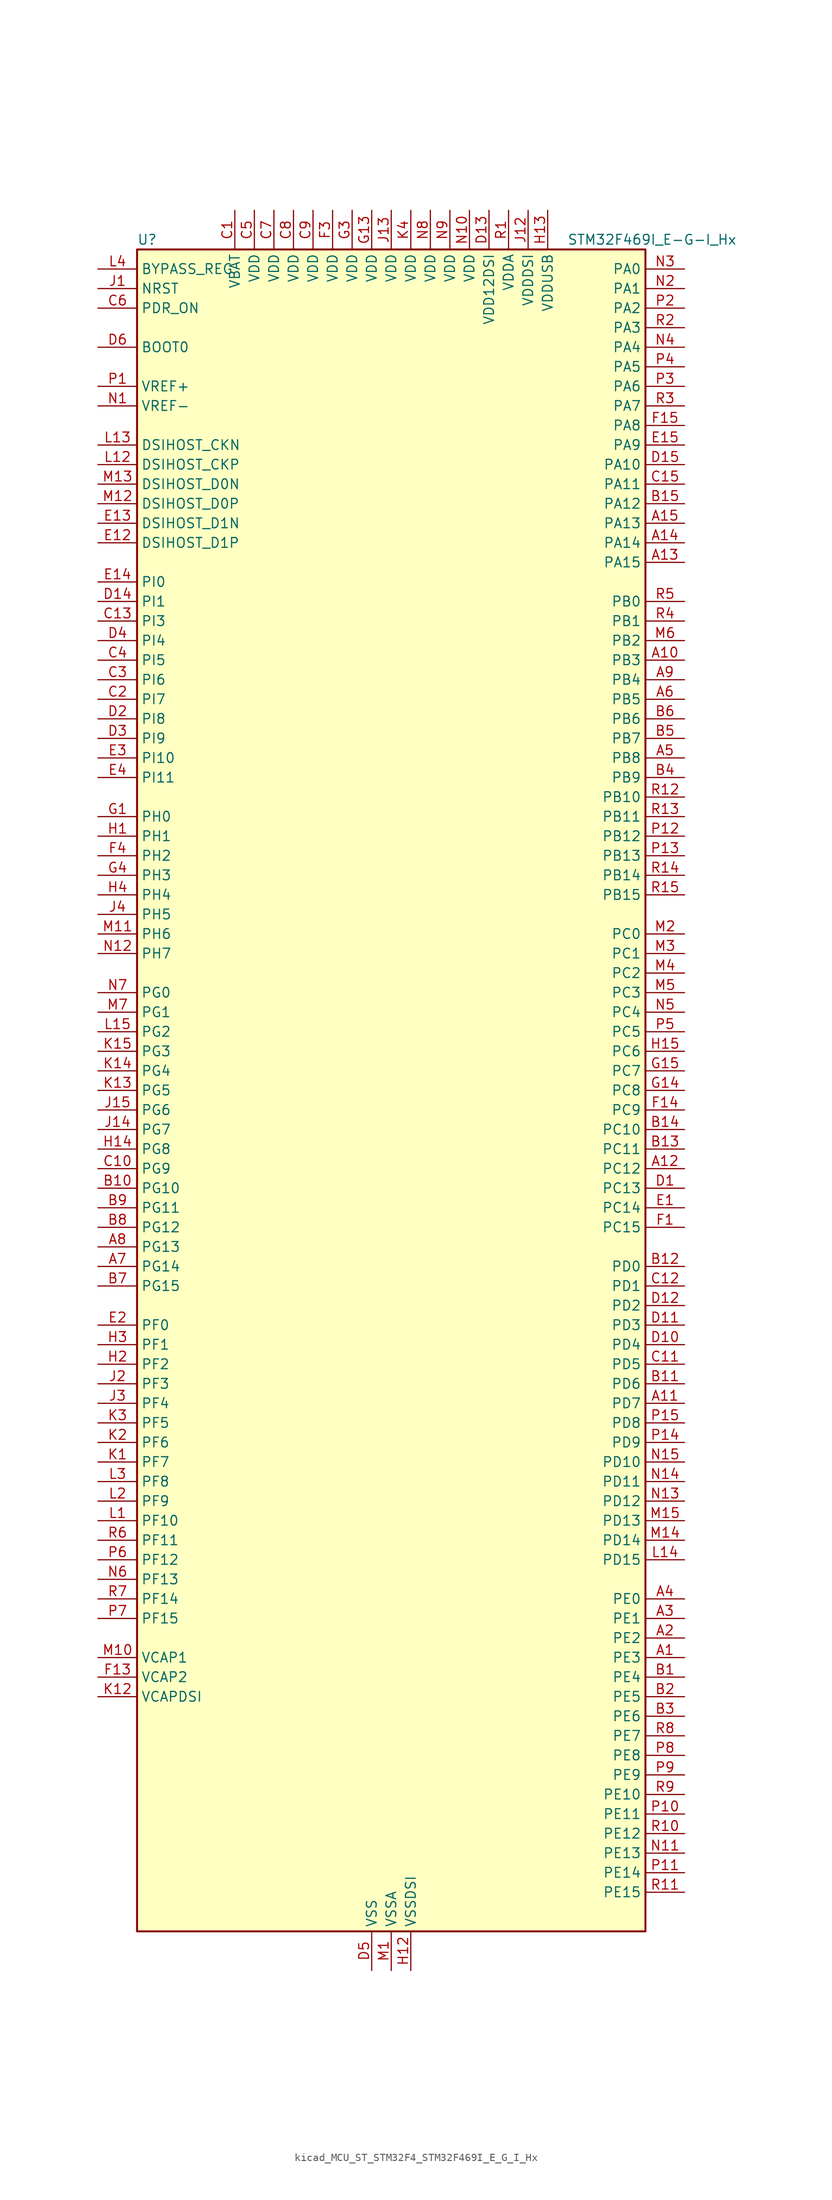
<source format=kicad_sym>
(kicad_symbol_lib
  (version 20220914)
  (generator kicad_symbol_editor)
  (symbol "kicad_MCU_ST_STM32F4_STM32F469I_E_G_I_Hx"
    (property "Reference" "U"
      (at -33.02 110.49 0)
      (effects (font (size 1.27 1.27)) (justify left)))
    (property "Value" "STM32F469I_E-G-I_Hx"
      (at 22.86 110.49 0)
      (effects (font (size 1.27 1.27)) (justify left)))
    (property "ki_locked" ""
      (at 0 0 0)
      (effects (font (size 1.27 1.27))))
    (symbol "kicad_MCU_ST_STM32F4_STM32F469I_E_G_I_Hx_0_1"
      (rectangle (start -33.02 -109.22) (end 33.02 109.22) (stroke (width 0.254) (type default)) (fill (type background))))
    (symbol "kicad_MCU_ST_STM32F4_STM32F469I_E_G_I_Hx_1_1"
      (pin bidirectional line (at 38.1 -73.66 180) (length 5.08) (name "PE3" (effects (font (size 1.27 1.27)))) (number "A1" (effects (font (size 1.27 1.27)))) (alternate "FMC_A19" bidirectional line) (alternate "SAI1_SD_B" bidirectional line) (alternate "SYS_TRACED0" bidirectional line))
      (pin bidirectional line (at 38.1 55.88 180) (length 5.08) (name "PB3" (effects (font (size 1.27 1.27)))) (number "A10" (effects (font (size 1.27 1.27)))) (alternate "I2S3_CK" bidirectional line) (alternate "SPI1_SCK" bidirectional line) (alternate "SPI3_SCK" bidirectional line) (alternate "SYS_JTDO-SWO" bidirectional line) (alternate "TIM2_CH2" bidirectional line))
      (pin bidirectional line (at 38.1 -40.64 180) (length 5.08) (name "PD7" (effects (font (size 1.27 1.27)))) (number "A11" (effects (font (size 1.27 1.27)))) (alternate "FMC_NE1" bidirectional line) (alternate "USART2_CK" bidirectional line))
      (pin bidirectional line (at 38.1 -10.16 180) (length 5.08) (name "PC12" (effects (font (size 1.27 1.27)))) (number "A12" (effects (font (size 1.27 1.27)))) (alternate "DCMI_D9" bidirectional line) (alternate "I2S3_SD" bidirectional line) (alternate "SDIO_CK" bidirectional line) (alternate "SPI3_MOSI" bidirectional line) (alternate "SYS_TRACED3" bidirectional line) (alternate "UART5_TX" bidirectional line) (alternate "USART3_CK" bidirectional line))
      (pin bidirectional line (at 38.1 68.58 180) (length 5.08) (name "PA15" (effects (font (size 1.27 1.27)))) (number "A13" (effects (font (size 1.27 1.27)))) (alternate "ADC1_EXTI15" bidirectional line) (alternate "ADC2_EXTI15" bidirectional line) (alternate "ADC3_EXTI15" bidirectional line) (alternate "I2S3_WS" bidirectional line) (alternate "SPI1_NSS" bidirectional line) (alternate "SPI3_NSS" bidirectional line) (alternate "SYS_JTDI" bidirectional line) (alternate "TIM2_CH1" bidirectional line) (alternate "TIM2_ETR" bidirectional line))
      (pin bidirectional line (at 38.1 71.12 180) (length 5.08) (name "PA14" (effects (font (size 1.27 1.27)))) (number "A14" (effects (font (size 1.27 1.27)))) (alternate "SYS_JTCK-SWCLK" bidirectional line))
      (pin bidirectional line (at 38.1 73.66 180) (length 5.08) (name "PA13" (effects (font (size 1.27 1.27)))) (number "A15" (effects (font (size 1.27 1.27)))) (alternate "SYS_JTMS-SWDIO" bidirectional line))
      (pin bidirectional line (at 38.1 -71.12 180) (length 5.08) (name "PE2" (effects (font (size 1.27 1.27)))) (number "A2" (effects (font (size 1.27 1.27)))) (alternate "ETH_TXD3" bidirectional line) (alternate "FMC_A23" bidirectional line) (alternate "QUADSPI_BK1_IO2" bidirectional line) (alternate "SAI1_MCLK_A" bidirectional line) (alternate "SPI4_SCK" bidirectional line) (alternate "SYS_TRACECLK" bidirectional line))
      (pin bidirectional line (at 38.1 -68.58 180) (length 5.08) (name "PE1" (effects (font (size 1.27 1.27)))) (number "A3" (effects (font (size 1.27 1.27)))) (alternate "DCMI_D3" bidirectional line) (alternate "FMC_NBL1" bidirectional line) (alternate "UART8_TX" bidirectional line))
      (pin bidirectional line (at 38.1 -66.04 180) (length 5.08) (name "PE0" (effects (font (size 1.27 1.27)))) (number "A4" (effects (font (size 1.27 1.27)))) (alternate "DCMI_D2" bidirectional line) (alternate "FMC_NBL0" bidirectional line) (alternate "TIM4_ETR" bidirectional line) (alternate "UART8_RX" bidirectional line))
      (pin bidirectional line (at 38.1 43.18 180) (length 5.08) (name "PB8" (effects (font (size 1.27 1.27)))) (number "A5" (effects (font (size 1.27 1.27)))) (alternate "CAN1_RX" bidirectional line) (alternate "DCMI_D6" bidirectional line) (alternate "ETH_TXD3" bidirectional line) (alternate "I2C1_SCL" bidirectional line) (alternate "LTDC_B6" bidirectional line) (alternate "SDIO_D4" bidirectional line) (alternate "TIM10_CH1" bidirectional line) (alternate "TIM4_CH3" bidirectional line))
      (pin bidirectional line (at 38.1 50.8 180) (length 5.08) (name "PB5" (effects (font (size 1.27 1.27)))) (number "A6" (effects (font (size 1.27 1.27)))) (alternate "CAN2_RX" bidirectional line) (alternate "DCMI_D10" bidirectional line) (alternate "ETH_PPS_OUT" bidirectional line) (alternate "FMC_SDCKE1" bidirectional line) (alternate "I2C1_SMBA" bidirectional line) (alternate "I2S3_SD" bidirectional line) (alternate "LTDC_G7" bidirectional line) (alternate "SPI1_MOSI" bidirectional line) (alternate "SPI3_MOSI" bidirectional line) (alternate "TIM3_CH2" bidirectional line) (alternate "USB_OTG_HS_ULPI_D7" bidirectional line))
      (pin bidirectional line (at -38.1 -22.86 0) (length 5.08) (name "PG14" (effects (font (size 1.27 1.27)))) (number "A7" (effects (font (size 1.27 1.27)))) (alternate "ETH_TXD1" bidirectional line) (alternate "FMC_A25" bidirectional line) (alternate "LTDC_B0" bidirectional line) (alternate "QUADSPI_BK2_IO3" bidirectional line) (alternate "SPI6_MOSI" bidirectional line) (alternate "SYS_TRACED1" bidirectional line) (alternate "USART6_TX" bidirectional line))
      (pin bidirectional line (at -38.1 -20.32 0) (length 5.08) (name "PG13" (effects (font (size 1.27 1.27)))) (number "A8" (effects (font (size 1.27 1.27)))) (alternate "ETH_TXD0" bidirectional line) (alternate "FMC_A24" bidirectional line) (alternate "LTDC_R0" bidirectional line) (alternate "SPI6_SCK" bidirectional line) (alternate "SYS_TRACED0" bidirectional line) (alternate "USART6_CTS" bidirectional line))
      (pin bidirectional line (at 38.1 53.34 180) (length 5.08) (name "PB4" (effects (font (size 1.27 1.27)))) (number "A9" (effects (font (size 1.27 1.27)))) (alternate "I2S3_ext_SD" bidirectional line) (alternate "SPI1_MISO" bidirectional line) (alternate "SPI3_MISO" bidirectional line) (alternate "SYS_JTRST" bidirectional line) (alternate "TIM3_CH1" bidirectional line))
      (pin bidirectional line (at 38.1 -76.2 180) (length 5.08) (name "PE4" (effects (font (size 1.27 1.27)))) (number "B1" (effects (font (size 1.27 1.27)))) (alternate "DCMI_D4" bidirectional line) (alternate "FMC_A20" bidirectional line) (alternate "LTDC_B0" bidirectional line) (alternate "SAI1_FS_A" bidirectional line) (alternate "SPI4_NSS" bidirectional line) (alternate "SYS_TRACED1" bidirectional line))
      (pin bidirectional line (at -38.1 -12.7 0) (length 5.08) (name "PG10" (effects (font (size 1.27 1.27)))) (number "B10" (effects (font (size 1.27 1.27)))) (alternate "DCMI_D2" bidirectional line) (alternate "FMC_NE3" bidirectional line) (alternate "LTDC_B2" bidirectional line) (alternate "LTDC_G3" bidirectional line))
      (pin bidirectional line (at 38.1 -38.1 180) (length 5.08) (name "PD6" (effects (font (size 1.27 1.27)))) (number "B11" (effects (font (size 1.27 1.27)))) (alternate "DCMI_D10" bidirectional line) (alternate "FMC_NWAIT" bidirectional line) (alternate "I2S3_SD" bidirectional line) (alternate "LTDC_B2" bidirectional line) (alternate "SAI1_SD_A" bidirectional line) (alternate "SPI3_MOSI" bidirectional line) (alternate "USART2_RX" bidirectional line))
      (pin bidirectional line (at 38.1 -22.86 180) (length 5.08) (name "PD0" (effects (font (size 1.27 1.27)))) (number "B12" (effects (font (size 1.27 1.27)))) (alternate "CAN1_RX" bidirectional line) (alternate "FMC_D2" bidirectional line) (alternate "FMC_DA2" bidirectional line))
      (pin bidirectional line (at 38.1 -7.62 180) (length 5.08) (name "PC11" (effects (font (size 1.27 1.27)))) (number "B13" (effects (font (size 1.27 1.27)))) (alternate "ADC1_EXTI11" bidirectional line) (alternate "ADC2_EXTI11" bidirectional line) (alternate "ADC3_EXTI11" bidirectional line) (alternate "DCMI_D4" bidirectional line) (alternate "I2S3_ext_SD" bidirectional line) (alternate "QUADSPI_BK2_NCS" bidirectional line) (alternate "SDIO_D3" bidirectional line) (alternate "SPI3_MISO" bidirectional line) (alternate "UART4_RX" bidirectional line) (alternate "USART3_RX" bidirectional line))
      (pin bidirectional line (at 38.1 -5.08 180) (length 5.08) (name "PC10" (effects (font (size 1.27 1.27)))) (number "B14" (effects (font (size 1.27 1.27)))) (alternate "DCMI_D8" bidirectional line) (alternate "I2S3_CK" bidirectional line) (alternate "LTDC_R2" bidirectional line) (alternate "QUADSPI_BK1_IO1" bidirectional line) (alternate "SDIO_D2" bidirectional line) (alternate "SPI3_SCK" bidirectional line) (alternate "UART4_TX" bidirectional line) (alternate "USART3_TX" bidirectional line))
      (pin bidirectional line (at 38.1 76.2 180) (length 5.08) (name "PA12" (effects (font (size 1.27 1.27)))) (number "B15" (effects (font (size 1.27 1.27)))) (alternate "CAN1_TX" bidirectional line) (alternate "LTDC_R5" bidirectional line) (alternate "TIM1_ETR" bidirectional line) (alternate "USART1_RTS" bidirectional line) (alternate "USB_OTG_FS_DP" bidirectional line))
      (pin bidirectional line (at 38.1 -78.74 180) (length 5.08) (name "PE5" (effects (font (size 1.27 1.27)))) (number "B2" (effects (font (size 1.27 1.27)))) (alternate "DCMI_D6" bidirectional line) (alternate "FMC_A21" bidirectional line) (alternate "LTDC_G0" bidirectional line) (alternate "SAI1_SCK_A" bidirectional line) (alternate "SPI4_MISO" bidirectional line) (alternate "SYS_TRACED2" bidirectional line) (alternate "TIM9_CH1" bidirectional line))
      (pin bidirectional line (at 38.1 -81.28 180) (length 5.08) (name "PE6" (effects (font (size 1.27 1.27)))) (number "B3" (effects (font (size 1.27 1.27)))) (alternate "DCMI_D7" bidirectional line) (alternate "FMC_A22" bidirectional line) (alternate "LTDC_G1" bidirectional line) (alternate "SAI1_SD_A" bidirectional line) (alternate "SPI4_MOSI" bidirectional line) (alternate "SYS_TRACED3" bidirectional line) (alternate "TIM9_CH2" bidirectional line))
      (pin bidirectional line (at 38.1 40.64 180) (length 5.08) (name "PB9" (effects (font (size 1.27 1.27)))) (number "B4" (effects (font (size 1.27 1.27)))) (alternate "CAN1_TX" bidirectional line) (alternate "DAC_EXTI9" bidirectional line) (alternate "DCMI_D7" bidirectional line) (alternate "I2C1_SDA" bidirectional line) (alternate "I2S2_WS" bidirectional line) (alternate "LTDC_B7" bidirectional line) (alternate "SDIO_D5" bidirectional line) (alternate "SPI2_NSS" bidirectional line) (alternate "TIM11_CH1" bidirectional line) (alternate "TIM4_CH4" bidirectional line))
      (pin bidirectional line (at 38.1 45.72 180) (length 5.08) (name "PB7" (effects (font (size 1.27 1.27)))) (number "B5" (effects (font (size 1.27 1.27)))) (alternate "DCMI_VSYNC" bidirectional line) (alternate "FMC_NL" bidirectional line) (alternate "I2C1_SDA" bidirectional line) (alternate "TIM4_CH2" bidirectional line) (alternate "USART1_RX" bidirectional line))
      (pin bidirectional line (at 38.1 48.26 180) (length 5.08) (name "PB6" (effects (font (size 1.27 1.27)))) (number "B6" (effects (font (size 1.27 1.27)))) (alternate "CAN2_TX" bidirectional line) (alternate "DCMI_D5" bidirectional line) (alternate "FMC_SDNE1" bidirectional line) (alternate "I2C1_SCL" bidirectional line) (alternate "QUADSPI_BK1_NCS" bidirectional line) (alternate "TIM4_CH1" bidirectional line) (alternate "USART1_TX" bidirectional line))
      (pin bidirectional line (at -38.1 -25.4 0) (length 5.08) (name "PG15" (effects (font (size 1.27 1.27)))) (number "B7" (effects (font (size 1.27 1.27)))) (alternate "ADC1_EXTI15" bidirectional line) (alternate "ADC2_EXTI15" bidirectional line) (alternate "ADC3_EXTI15" bidirectional line) (alternate "DCMI_D13" bidirectional line) (alternate "FMC_SDNCAS" bidirectional line) (alternate "USART6_CTS" bidirectional line))
      (pin bidirectional line (at -38.1 -17.78 0) (length 5.08) (name "PG12" (effects (font (size 1.27 1.27)))) (number "B8" (effects (font (size 1.27 1.27)))) (alternate "FMC_NE4" bidirectional line) (alternate "LTDC_B1" bidirectional line) (alternate "LTDC_B4" bidirectional line) (alternate "SPI6_MISO" bidirectional line) (alternate "USART6_RTS" bidirectional line))
      (pin bidirectional line (at -38.1 -15.24 0) (length 5.08) (name "PG11" (effects (font (size 1.27 1.27)))) (number "B9" (effects (font (size 1.27 1.27)))) (alternate "ADC1_EXTI11" bidirectional line) (alternate "ADC2_EXTI11" bidirectional line) (alternate "ADC3_EXTI11" bidirectional line) (alternate "DCMI_D3" bidirectional line) (alternate "ETH_TX_EN" bidirectional line) (alternate "LTDC_B3" bidirectional line))
      (pin power_in line (at -20.32 114.3 270) (length 5.08) (name "VBAT" (effects (font (size 1.27 1.27)))) (number "C1" (effects (font (size 1.27 1.27)))))
      (pin bidirectional line (at -38.1 -10.16 0) (length 5.08) (name "PG9" (effects (font (size 1.27 1.27)))) (number "C10" (effects (font (size 1.27 1.27)))) (alternate "DAC_EXTI9" bidirectional line) (alternate "DCMI_VSYNC" bidirectional line) (alternate "FMC_NCE" bidirectional line) (alternate "FMC_NE2" bidirectional line) (alternate "QUADSPI_BK2_IO2" bidirectional line) (alternate "USART6_RX" bidirectional line))
      (pin bidirectional line (at 38.1 -35.56 180) (length 5.08) (name "PD5" (effects (font (size 1.27 1.27)))) (number "C11" (effects (font (size 1.27 1.27)))) (alternate "FMC_NWE" bidirectional line) (alternate "USART2_TX" bidirectional line))
      (pin bidirectional line (at 38.1 -25.4 180) (length 5.08) (name "PD1" (effects (font (size 1.27 1.27)))) (number "C12" (effects (font (size 1.27 1.27)))) (alternate "CAN1_TX" bidirectional line) (alternate "FMC_D3" bidirectional line) (alternate "FMC_DA3" bidirectional line))
      (pin bidirectional line (at -38.1 60.96 0) (length 5.08) (name "PI3" (effects (font (size 1.27 1.27)))) (number "C13" (effects (font (size 1.27 1.27)))) (alternate "DCMI_D10" bidirectional line) (alternate "FMC_D27" bidirectional line) (alternate "I2S2_SD" bidirectional line) (alternate "SPI2_MOSI" bidirectional line) (alternate "TIM8_ETR" bidirectional line))
      (pin no_connect line (at -33.02 -109.22 0) (length 5.08) hide (name "NC" (effects (font (size 1.27 1.27)))) (number "C14" (effects (font (size 1.27 1.27)))))
      (pin bidirectional line (at 38.1 78.74 180) (length 5.08) (name "PA11" (effects (font (size 1.27 1.27)))) (number "C15" (effects (font (size 1.27 1.27)))) (alternate "ADC1_EXTI11" bidirectional line) (alternate "ADC2_EXTI11" bidirectional line) (alternate "ADC3_EXTI11" bidirectional line) (alternate "CAN1_RX" bidirectional line) (alternate "LTDC_R4" bidirectional line) (alternate "TIM1_CH4" bidirectional line) (alternate "USART1_CTS" bidirectional line) (alternate "USB_OTG_FS_DM" bidirectional line))
      (pin bidirectional line (at -38.1 50.8 0) (length 5.08) (name "PI7" (effects (font (size 1.27 1.27)))) (number "C2" (effects (font (size 1.27 1.27)))) (alternate "DCMI_D7" bidirectional line) (alternate "FMC_D29" bidirectional line) (alternate "LTDC_B7" bidirectional line) (alternate "TIM8_CH3" bidirectional line))
      (pin bidirectional line (at -38.1 53.34 0) (length 5.08) (name "PI6" (effects (font (size 1.27 1.27)))) (number "C3" (effects (font (size 1.27 1.27)))) (alternate "DCMI_D6" bidirectional line) (alternate "FMC_D28" bidirectional line) (alternate "LTDC_B6" bidirectional line) (alternate "TIM8_CH2" bidirectional line))
      (pin bidirectional line (at -38.1 55.88 0) (length 5.08) (name "PI5" (effects (font (size 1.27 1.27)))) (number "C4" (effects (font (size 1.27 1.27)))) (alternate "DCMI_VSYNC" bidirectional line) (alternate "FMC_NBL3" bidirectional line) (alternate "LTDC_B5" bidirectional line) (alternate "TIM8_CH1" bidirectional line))
      (pin power_in line (at -17.78 114.3 270) (length 5.08) (name "VDD" (effects (font (size 1.27 1.27)))) (number "C5" (effects (font (size 1.27 1.27)))))
      (pin input line (at -38.1 101.6 0) (length 5.08) (name "PDR_ON" (effects (font (size 1.27 1.27)))) (number "C6" (effects (font (size 1.27 1.27)))))
      (pin power_in line (at -15.24 114.3 270) (length 5.08) (name "VDD" (effects (font (size 1.27 1.27)))) (number "C7" (effects (font (size 1.27 1.27)))))
      (pin power_in line (at -12.7 114.3 270) (length 5.08) (name "VDD" (effects (font (size 1.27 1.27)))) (number "C8" (effects (font (size 1.27 1.27)))))
      (pin power_in line (at -10.16 114.3 270) (length 5.08) (name "VDD" (effects (font (size 1.27 1.27)))) (number "C9" (effects (font (size 1.27 1.27)))))
      (pin bidirectional line (at 38.1 -12.7 180) (length 5.08) (name "PC13" (effects (font (size 1.27 1.27)))) (number "D1" (effects (font (size 1.27 1.27)))) (alternate "RTC_AF1" bidirectional line))
      (pin bidirectional line (at 38.1 -33.02 180) (length 5.08) (name "PD4" (effects (font (size 1.27 1.27)))) (number "D10" (effects (font (size 1.27 1.27)))) (alternate "FMC_NOE" bidirectional line) (alternate "USART2_RTS" bidirectional line))
      (pin bidirectional line (at 38.1 -30.48 180) (length 5.08) (name "PD3" (effects (font (size 1.27 1.27)))) (number "D11" (effects (font (size 1.27 1.27)))) (alternate "DCMI_D5" bidirectional line) (alternate "FMC_CLK" bidirectional line) (alternate "I2S2_CK" bidirectional line) (alternate "LTDC_G7" bidirectional line) (alternate "SPI2_SCK" bidirectional line) (alternate "USART2_CTS" bidirectional line))
      (pin bidirectional line (at 38.1 -27.94 180) (length 5.08) (name "PD2" (effects (font (size 1.27 1.27)))) (number "D12" (effects (font (size 1.27 1.27)))) (alternate "DCMI_D11" bidirectional line) (alternate "SDIO_CMD" bidirectional line) (alternate "SYS_TRACED2" bidirectional line) (alternate "TIM3_ETR" bidirectional line) (alternate "UART5_RX" bidirectional line))
      (pin power_in line (at 12.7 114.3 270) (length 5.08) (name "VDD12DSI" (effects (font (size 1.27 1.27)))) (number "D13" (effects (font (size 1.27 1.27)))))
      (pin bidirectional line (at -38.1 63.5 0) (length 5.08) (name "PI1" (effects (font (size 1.27 1.27)))) (number "D14" (effects (font (size 1.27 1.27)))) (alternate "DCMI_D8" bidirectional line) (alternate "FMC_D25" bidirectional line) (alternate "I2S2_CK" bidirectional line) (alternate "LTDC_G6" bidirectional line) (alternate "SPI2_SCK" bidirectional line))
      (pin bidirectional line (at 38.1 81.28 180) (length 5.08) (name "PA10" (effects (font (size 1.27 1.27)))) (number "D15" (effects (font (size 1.27 1.27)))) (alternate "DCMI_D1" bidirectional line) (alternate "TIM1_CH3" bidirectional line) (alternate "USART1_RX" bidirectional line) (alternate "USB_OTG_FS_ID" bidirectional line))
      (pin bidirectional line (at -38.1 48.26 0) (length 5.08) (name "PI8" (effects (font (size 1.27 1.27)))) (number "D2" (effects (font (size 1.27 1.27)))) (alternate "RTC_AF1" bidirectional line) (alternate "RTC_AF2" bidirectional line))
      (pin bidirectional line (at -38.1 45.72 0) (length 5.08) (name "PI9" (effects (font (size 1.27 1.27)))) (number "D3" (effects (font (size 1.27 1.27)))) (alternate "CAN1_RX" bidirectional line) (alternate "DAC_EXTI9" bidirectional line) (alternate "FMC_D30" bidirectional line) (alternate "LTDC_VSYNC" bidirectional line))
      (pin bidirectional line (at -38.1 58.42 0) (length 5.08) (name "PI4" (effects (font (size 1.27 1.27)))) (number "D4" (effects (font (size 1.27 1.27)))) (alternate "DCMI_D5" bidirectional line) (alternate "FMC_NBL2" bidirectional line) (alternate "LTDC_B4" bidirectional line) (alternate "TIM8_BKIN" bidirectional line))
      (pin power_in line (at -2.54 -114.3 90) (length 5.08) (name "VSS" (effects (font (size 1.27 1.27)))) (number "D5" (effects (font (size 1.27 1.27)))))
      (pin input line (at -38.1 96.52 0) (length 5.08) (name "BOOT0" (effects (font (size 1.27 1.27)))) (number "D6" (effects (font (size 1.27 1.27)))))
      (pin passive line (at -2.54 -114.3 90) (length 5.08) hide (name "VSS" (effects (font (size 1.27 1.27)))) (number "D7" (effects (font (size 1.27 1.27)))))
      (pin passive line (at -2.54 -114.3 90) (length 5.08) hide (name "VSS" (effects (font (size 1.27 1.27)))) (number "D8" (effects (font (size 1.27 1.27)))))
      (pin passive line (at -2.54 -114.3 90) (length 5.08) hide (name "VSS" (effects (font (size 1.27 1.27)))) (number "D9" (effects (font (size 1.27 1.27)))))
      (pin bidirectional line (at 38.1 -15.24 180) (length 5.08) (name "PC14" (effects (font (size 1.27 1.27)))) (number "E1" (effects (font (size 1.27 1.27)))) (alternate "RCC_OSC32_IN" bidirectional line))
      (pin bidirectional line (at -38.1 71.12 0) (length 5.08) (name "DSIHOST_D1P" (effects (font (size 1.27 1.27)))) (number "E12" (effects (font (size 1.27 1.27)))) (alternate "DSIHOST_D1P" bidirectional line))
      (pin bidirectional line (at -38.1 73.66 0) (length 5.08) (name "DSIHOST_D1N" (effects (font (size 1.27 1.27)))) (number "E13" (effects (font (size 1.27 1.27)))) (alternate "DSIHOST_D1N" bidirectional line))
      (pin bidirectional line (at -38.1 66.04 0) (length 5.08) (name "PI0" (effects (font (size 1.27 1.27)))) (number "E14" (effects (font (size 1.27 1.27)))) (alternate "DCMI_D13" bidirectional line) (alternate "FMC_D24" bidirectional line) (alternate "I2S2_WS" bidirectional line) (alternate "LTDC_G5" bidirectional line) (alternate "SPI2_NSS" bidirectional line) (alternate "TIM5_CH4" bidirectional line))
      (pin bidirectional line (at 38.1 83.82 180) (length 5.08) (name "PA9" (effects (font (size 1.27 1.27)))) (number "E15" (effects (font (size 1.27 1.27)))) (alternate "DAC_EXTI9" bidirectional line) (alternate "DCMI_D0" bidirectional line) (alternate "I2C3_SMBA" bidirectional line) (alternate "I2S2_CK" bidirectional line) (alternate "SPI2_SCK" bidirectional line) (alternate "TIM1_CH2" bidirectional line) (alternate "USART1_TX" bidirectional line) (alternate "USB_OTG_FS_VBUS" bidirectional line))
      (pin bidirectional line (at -38.1 -30.48 0) (length 5.08) (name "PF0" (effects (font (size 1.27 1.27)))) (number "E2" (effects (font (size 1.27 1.27)))) (alternate "FMC_A0" bidirectional line) (alternate "I2C2_SDA" bidirectional line))
      (pin bidirectional line (at -38.1 43.18 0) (length 5.08) (name "PI10" (effects (font (size 1.27 1.27)))) (number "E3" (effects (font (size 1.27 1.27)))) (alternate "ETH_RX_ER" bidirectional line) (alternate "FMC_D31" bidirectional line) (alternate "LTDC_HSYNC" bidirectional line))
      (pin bidirectional line (at -38.1 40.64 0) (length 5.08) (name "PI11" (effects (font (size 1.27 1.27)))) (number "E4" (effects (font (size 1.27 1.27)))) (alternate "ADC1_EXTI11" bidirectional line) (alternate "ADC2_EXTI11" bidirectional line) (alternate "ADC3_EXTI11" bidirectional line) (alternate "LTDC_G6" bidirectional line) (alternate "USB_OTG_HS_ULPI_DIR" bidirectional line))
      (pin bidirectional line (at 38.1 -17.78 180) (length 5.08) (name "PC15" (effects (font (size 1.27 1.27)))) (number "F1" (effects (font (size 1.27 1.27)))) (alternate "ADC1_EXTI15" bidirectional line) (alternate "ADC2_EXTI15" bidirectional line) (alternate "ADC3_EXTI15" bidirectional line) (alternate "RCC_OSC32_OUT" bidirectional line))
      (pin passive line (at -2.54 -114.3 90) (length 5.08) hide (name "VSS" (effects (font (size 1.27 1.27)))) (number "F10" (effects (font (size 1.27 1.27)))))
      (pin passive line (at -2.54 -114.3 90) (length 5.08) hide (name "VSS" (effects (font (size 1.27 1.27)))) (number "F12" (effects (font (size 1.27 1.27)))))
      (pin power_out line (at -38.1 -76.2 0) (length 5.08) (name "VCAP2" (effects (font (size 1.27 1.27)))) (number "F13" (effects (font (size 1.27 1.27)))))
      (pin bidirectional line (at 38.1 -2.54 180) (length 5.08) (name "PC9" (effects (font (size 1.27 1.27)))) (number "F14" (effects (font (size 1.27 1.27)))) (alternate "DAC_EXTI9" bidirectional line) (alternate "DCMI_D3" bidirectional line) (alternate "I2C3_SDA" bidirectional line) (alternate "I2S_CKIN" bidirectional line) (alternate "QUADSPI_BK1_IO0" bidirectional line) (alternate "RCC_MCO_2" bidirectional line) (alternate "SDIO_D1" bidirectional line) (alternate "TIM3_CH4" bidirectional line) (alternate "TIM8_CH4" bidirectional line))
      (pin bidirectional line (at 38.1 86.36 180) (length 5.08) (name "PA8" (effects (font (size 1.27 1.27)))) (number "F15" (effects (font (size 1.27 1.27)))) (alternate "I2C3_SCL" bidirectional line) (alternate "LTDC_R6" bidirectional line) (alternate "RCC_MCO_1" bidirectional line) (alternate "TIM1_CH1" bidirectional line) (alternate "USART1_CK" bidirectional line) (alternate "USB_OTG_FS_SOF" bidirectional line))
      (pin passive line (at -2.54 -114.3 90) (length 5.08) hide (name "VSS" (effects (font (size 1.27 1.27)))) (number "F2" (effects (font (size 1.27 1.27)))))
      (pin power_in line (at -7.62 114.3 270) (length 5.08) (name "VDD" (effects (font (size 1.27 1.27)))) (number "F3" (effects (font (size 1.27 1.27)))))
      (pin bidirectional line (at -38.1 30.48 0) (length 5.08) (name "PH2" (effects (font (size 1.27 1.27)))) (number "F4" (effects (font (size 1.27 1.27)))) (alternate "ETH_CRS" bidirectional line) (alternate "FMC_SDCKE0" bidirectional line) (alternate "LTDC_R0" bidirectional line) (alternate "QUADSPI_BK2_IO0" bidirectional line))
      (pin passive line (at -2.54 -114.3 90) (length 5.08) hide (name "VSS" (effects (font (size 1.27 1.27)))) (number "F6" (effects (font (size 1.27 1.27)))))
      (pin passive line (at -2.54 -114.3 90) (length 5.08) hide (name "VSS" (effects (font (size 1.27 1.27)))) (number "F7" (effects (font (size 1.27 1.27)))))
      (pin passive line (at -2.54 -114.3 90) (length 5.08) hide (name "VSS" (effects (font (size 1.27 1.27)))) (number "F8" (effects (font (size 1.27 1.27)))))
      (pin passive line (at -2.54 -114.3 90) (length 5.08) hide (name "VSS" (effects (font (size 1.27 1.27)))) (number "F9" (effects (font (size 1.27 1.27)))))
      (pin bidirectional line (at -38.1 35.56 0) (length 5.08) (name "PH0" (effects (font (size 1.27 1.27)))) (number "G1" (effects (font (size 1.27 1.27)))) (alternate "RCC_OSC_IN" bidirectional line))
      (pin passive line (at -2.54 -114.3 90) (length 5.08) hide (name "VSS" (effects (font (size 1.27 1.27)))) (number "G10" (effects (font (size 1.27 1.27)))))
      (pin passive line (at -2.54 -114.3 90) (length 5.08) hide (name "VSS" (effects (font (size 1.27 1.27)))) (number "G12" (effects (font (size 1.27 1.27)))))
      (pin power_in line (at -2.54 114.3 270) (length 5.08) (name "VDD" (effects (font (size 1.27 1.27)))) (number "G13" (effects (font (size 1.27 1.27)))))
      (pin bidirectional line (at 38.1 0 180) (length 5.08) (name "PC8" (effects (font (size 1.27 1.27)))) (number "G14" (effects (font (size 1.27 1.27)))) (alternate "DCMI_D2" bidirectional line) (alternate "SDIO_D0" bidirectional line) (alternate "SYS_TRACED1" bidirectional line) (alternate "TIM3_CH3" bidirectional line) (alternate "TIM8_CH3" bidirectional line) (alternate "USART6_CK" bidirectional line))
      (pin bidirectional line (at 38.1 2.54 180) (length 5.08) (name "PC7" (effects (font (size 1.27 1.27)))) (number "G15" (effects (font (size 1.27 1.27)))) (alternate "DCMI_D1" bidirectional line) (alternate "I2S3_MCK" bidirectional line) (alternate "LTDC_G6" bidirectional line) (alternate "SDIO_D7" bidirectional line) (alternate "TIM3_CH2" bidirectional line) (alternate "TIM8_CH2" bidirectional line) (alternate "USART6_RX" bidirectional line))
      (pin passive line (at -2.54 -114.3 90) (length 5.08) hide (name "VSS" (effects (font (size 1.27 1.27)))) (number "G2" (effects (font (size 1.27 1.27)))))
      (pin power_in line (at -5.08 114.3 270) (length 5.08) (name "VDD" (effects (font (size 1.27 1.27)))) (number "G3" (effects (font (size 1.27 1.27)))))
      (pin bidirectional line (at -38.1 27.94 0) (length 5.08) (name "PH3" (effects (font (size 1.27 1.27)))) (number "G4" (effects (font (size 1.27 1.27)))) (alternate "ETH_COL" bidirectional line) (alternate "FMC_SDNE0" bidirectional line) (alternate "LTDC_R1" bidirectional line) (alternate "QUADSPI_BK2_IO1" bidirectional line))
      (pin passive line (at -2.54 -114.3 90) (length 5.08) hide (name "VSS" (effects (font (size 1.27 1.27)))) (number "G6" (effects (font (size 1.27 1.27)))))
      (pin passive line (at -2.54 -114.3 90) (length 5.08) hide (name "VSS" (effects (font (size 1.27 1.27)))) (number "G7" (effects (font (size 1.27 1.27)))))
      (pin passive line (at -2.54 -114.3 90) (length 5.08) hide (name "VSS" (effects (font (size 1.27 1.27)))) (number "G8" (effects (font (size 1.27 1.27)))))
      (pin passive line (at -2.54 -114.3 90) (length 5.08) hide (name "VSS" (effects (font (size 1.27 1.27)))) (number "G9" (effects (font (size 1.27 1.27)))))
      (pin bidirectional line (at -38.1 33.02 0) (length 5.08) (name "PH1" (effects (font (size 1.27 1.27)))) (number "H1" (effects (font (size 1.27 1.27)))) (alternate "RCC_OSC_OUT" bidirectional line))
      (pin passive line (at -2.54 -114.3 90) (length 5.08) hide (name "VSS" (effects (font (size 1.27 1.27)))) (number "H10" (effects (font (size 1.27 1.27)))))
      (pin power_in line (at 2.54 -114.3 90) (length 5.08) (name "VSSDSI" (effects (font (size 1.27 1.27)))) (number "H12" (effects (font (size 1.27 1.27)))))
      (pin power_in line (at 20.32 114.3 270) (length 5.08) (name "VDDUSB" (effects (font (size 1.27 1.27)))) (number "H13" (effects (font (size 1.27 1.27)))))
      (pin bidirectional line (at -38.1 -7.62 0) (length 5.08) (name "PG8" (effects (font (size 1.27 1.27)))) (number "H14" (effects (font (size 1.27 1.27)))) (alternate "ETH_PPS_OUT" bidirectional line) (alternate "FMC_SDCLK" bidirectional line) (alternate "LTDC_G7" bidirectional line) (alternate "SPI6_NSS" bidirectional line) (alternate "USART6_RTS" bidirectional line))
      (pin bidirectional line (at 38.1 5.08 180) (length 5.08) (name "PC6" (effects (font (size 1.27 1.27)))) (number "H15" (effects (font (size 1.27 1.27)))) (alternate "DCMI_D0" bidirectional line) (alternate "I2S2_MCK" bidirectional line) (alternate "LTDC_HSYNC" bidirectional line) (alternate "SDIO_D6" bidirectional line) (alternate "TIM3_CH1" bidirectional line) (alternate "TIM8_CH1" bidirectional line) (alternate "USART6_TX" bidirectional line))
      (pin bidirectional line (at -38.1 -35.56 0) (length 5.08) (name "PF2" (effects (font (size 1.27 1.27)))) (number "H2" (effects (font (size 1.27 1.27)))) (alternate "FMC_A2" bidirectional line) (alternate "I2C2_SMBA" bidirectional line))
      (pin bidirectional line (at -38.1 -33.02 0) (length 5.08) (name "PF1" (effects (font (size 1.27 1.27)))) (number "H3" (effects (font (size 1.27 1.27)))) (alternate "FMC_A1" bidirectional line) (alternate "I2C2_SCL" bidirectional line))
      (pin bidirectional line (at -38.1 25.4 0) (length 5.08) (name "PH4" (effects (font (size 1.27 1.27)))) (number "H4" (effects (font (size 1.27 1.27)))) (alternate "I2C2_SCL" bidirectional line) (alternate "LTDC_G4" bidirectional line) (alternate "LTDC_G5" bidirectional line) (alternate "USB_OTG_HS_ULPI_NXT" bidirectional line))
      (pin passive line (at -2.54 -114.3 90) (length 5.08) hide (name "VSS" (effects (font (size 1.27 1.27)))) (number "H6" (effects (font (size 1.27 1.27)))))
      (pin passive line (at -2.54 -114.3 90) (length 5.08) hide (name "VSS" (effects (font (size 1.27 1.27)))) (number "H7" (effects (font (size 1.27 1.27)))))
      (pin passive line (at -2.54 -114.3 90) (length 5.08) hide (name "VSS" (effects (font (size 1.27 1.27)))) (number "H8" (effects (font (size 1.27 1.27)))))
      (pin passive line (at -2.54 -114.3 90) (length 5.08) hide (name "VSS" (effects (font (size 1.27 1.27)))) (number "H9" (effects (font (size 1.27 1.27)))))
      (pin input line (at -38.1 104.14 0) (length 5.08) (name "NRST" (effects (font (size 1.27 1.27)))) (number "J1" (effects (font (size 1.27 1.27)))))
      (pin passive line (at -2.54 -114.3 90) (length 5.08) hide (name "VSS" (effects (font (size 1.27 1.27)))) (number "J10" (effects (font (size 1.27 1.27)))))
      (pin power_in line (at 17.78 114.3 270) (length 5.08) (name "VDDDSI" (effects (font (size 1.27 1.27)))) (number "J12" (effects (font (size 1.27 1.27)))))
      (pin power_in line (at 0 114.3 270) (length 5.08) (name "VDD" (effects (font (size 1.27 1.27)))) (number "J13" (effects (font (size 1.27 1.27)))))
      (pin bidirectional line (at -38.1 -5.08 0) (length 5.08) (name "PG7" (effects (font (size 1.27 1.27)))) (number "J14" (effects (font (size 1.27 1.27)))) (alternate "DCMI_D13" bidirectional line) (alternate "FMC_INT" bidirectional line) (alternate "LTDC_CLK" bidirectional line) (alternate "SAI1_MCLK_A" bidirectional line) (alternate "USART6_CK" bidirectional line))
      (pin bidirectional line (at -38.1 -2.54 0) (length 5.08) (name "PG6" (effects (font (size 1.27 1.27)))) (number "J15" (effects (font (size 1.27 1.27)))) (alternate "DCMI_D12" bidirectional line) (alternate "LTDC_R7" bidirectional line))
      (pin bidirectional line (at -38.1 -38.1 0) (length 5.08) (name "PF3" (effects (font (size 1.27 1.27)))) (number "J2" (effects (font (size 1.27 1.27)))) (alternate "ADC3_IN9" bidirectional line) (alternate "FMC_A3" bidirectional line))
      (pin bidirectional line (at -38.1 -40.64 0) (length 5.08) (name "PF4" (effects (font (size 1.27 1.27)))) (number "J3" (effects (font (size 1.27 1.27)))) (alternate "ADC3_IN14" bidirectional line) (alternate "FMC_A4" bidirectional line))
      (pin bidirectional line (at -38.1 22.86 0) (length 5.08) (name "PH5" (effects (font (size 1.27 1.27)))) (number "J4" (effects (font (size 1.27 1.27)))) (alternate "FMC_SDNWE" bidirectional line) (alternate "I2C2_SDA" bidirectional line) (alternate "SPI5_NSS" bidirectional line))
      (pin passive line (at -2.54 -114.3 90) (length 5.08) hide (name "VSS" (effects (font (size 1.27 1.27)))) (number "J6" (effects (font (size 1.27 1.27)))))
      (pin passive line (at -2.54 -114.3 90) (length 5.08) hide (name "VSS" (effects (font (size 1.27 1.27)))) (number "J7" (effects (font (size 1.27 1.27)))))
      (pin passive line (at -2.54 -114.3 90) (length 5.08) hide (name "VSS" (effects (font (size 1.27 1.27)))) (number "J8" (effects (font (size 1.27 1.27)))))
      (pin passive line (at -2.54 -114.3 90) (length 5.08) hide (name "VSS" (effects (font (size 1.27 1.27)))) (number "J9" (effects (font (size 1.27 1.27)))))
      (pin bidirectional line (at -38.1 -48.26 0) (length 5.08) (name "PF7" (effects (font (size 1.27 1.27)))) (number "K1" (effects (font (size 1.27 1.27)))) (alternate "ADC3_IN5" bidirectional line) (alternate "QUADSPI_BK1_IO2" bidirectional line) (alternate "SAI1_MCLK_B" bidirectional line) (alternate "SPI5_SCK" bidirectional line) (alternate "TIM11_CH1" bidirectional line) (alternate "UART7_TX" bidirectional line))
      (pin passive line (at -2.54 -114.3 90) (length 5.08) hide (name "VSS" (effects (font (size 1.27 1.27)))) (number "K10" (effects (font (size 1.27 1.27)))))
      (pin power_out line (at -38.1 -78.74 0) (length 5.08) (name "VCAPDSI" (effects (font (size 1.27 1.27)))) (number "K12" (effects (font (size 1.27 1.27)))))
      (pin bidirectional line (at -38.1 0 0) (length 5.08) (name "PG5" (effects (font (size 1.27 1.27)))) (number "K13" (effects (font (size 1.27 1.27)))) (alternate "FMC_A15" bidirectional line) (alternate "FMC_BA1" bidirectional line))
      (pin bidirectional line (at -38.1 2.54 0) (length 5.08) (name "PG4" (effects (font (size 1.27 1.27)))) (number "K14" (effects (font (size 1.27 1.27)))) (alternate "FMC_A14" bidirectional line) (alternate "FMC_BA0" bidirectional line))
      (pin bidirectional line (at -38.1 5.08 0) (length 5.08) (name "PG3" (effects (font (size 1.27 1.27)))) (number "K15" (effects (font (size 1.27 1.27)))) (alternate "FMC_A13" bidirectional line))
      (pin bidirectional line (at -38.1 -45.72 0) (length 5.08) (name "PF6" (effects (font (size 1.27 1.27)))) (number "K2" (effects (font (size 1.27 1.27)))) (alternate "ADC3_IN4" bidirectional line) (alternate "QUADSPI_BK1_IO3" bidirectional line) (alternate "SAI1_SD_B" bidirectional line) (alternate "SPI5_NSS" bidirectional line) (alternate "TIM10_CH1" bidirectional line) (alternate "UART7_RX" bidirectional line))
      (pin bidirectional line (at -38.1 -43.18 0) (length 5.08) (name "PF5" (effects (font (size 1.27 1.27)))) (number "K3" (effects (font (size 1.27 1.27)))) (alternate "ADC3_IN15" bidirectional line) (alternate "FMC_A5" bidirectional line))
      (pin power_in line (at 2.54 114.3 270) (length 5.08) (name "VDD" (effects (font (size 1.27 1.27)))) (number "K4" (effects (font (size 1.27 1.27)))))
      (pin passive line (at -2.54 -114.3 90) (length 5.08) hide (name "VSS" (effects (font (size 1.27 1.27)))) (number "K6" (effects (font (size 1.27 1.27)))))
      (pin passive line (at -2.54 -114.3 90) (length 5.08) hide (name "VSS" (effects (font (size 1.27 1.27)))) (number "K7" (effects (font (size 1.27 1.27)))))
      (pin passive line (at -2.54 -114.3 90) (length 5.08) hide (name "VSS" (effects (font (size 1.27 1.27)))) (number "K8" (effects (font (size 1.27 1.27)))))
      (pin passive line (at -2.54 -114.3 90) (length 5.08) hide (name "VSS" (effects (font (size 1.27 1.27)))) (number "K9" (effects (font (size 1.27 1.27)))))
      (pin bidirectional line (at -38.1 -55.88 0) (length 5.08) (name "PF10" (effects (font (size 1.27 1.27)))) (number "L1" (effects (font (size 1.27 1.27)))) (alternate "ADC3_IN8" bidirectional line) (alternate "DCMI_D11" bidirectional line) (alternate "LTDC_DE" bidirectional line) (alternate "QUADSPI_CLK" bidirectional line))
      (pin bidirectional line (at -38.1 81.28 0) (length 5.08) (name "DSIHOST_CKP" (effects (font (size 1.27 1.27)))) (number "L12" (effects (font (size 1.27 1.27)))) (alternate "DSIHOST_CKP" bidirectional line))
      (pin bidirectional line (at -38.1 83.82 0) (length 5.08) (name "DSIHOST_CKN" (effects (font (size 1.27 1.27)))) (number "L13" (effects (font (size 1.27 1.27)))) (alternate "DSIHOST_CKN" bidirectional line))
      (pin bidirectional line (at 38.1 -60.96 180) (length 5.08) (name "PD15" (effects (font (size 1.27 1.27)))) (number "L14" (effects (font (size 1.27 1.27)))) (alternate "ADC1_EXTI15" bidirectional line) (alternate "ADC2_EXTI15" bidirectional line) (alternate "ADC3_EXTI15" bidirectional line) (alternate "FMC_D1" bidirectional line) (alternate "FMC_DA1" bidirectional line) (alternate "TIM4_CH4" bidirectional line))
      (pin bidirectional line (at -38.1 7.62 0) (length 5.08) (name "PG2" (effects (font (size 1.27 1.27)))) (number "L15" (effects (font (size 1.27 1.27)))) (alternate "FMC_A12" bidirectional line))
      (pin bidirectional line (at -38.1 -53.34 0) (length 5.08) (name "PF9" (effects (font (size 1.27 1.27)))) (number "L2" (effects (font (size 1.27 1.27)))) (alternate "ADC3_IN7" bidirectional line) (alternate "DAC_EXTI9" bidirectional line) (alternate "QUADSPI_BK1_IO1" bidirectional line) (alternate "SAI1_FS_B" bidirectional line) (alternate "SPI5_MOSI" bidirectional line) (alternate "TIM14_CH1" bidirectional line))
      (pin bidirectional line (at -38.1 -50.8 0) (length 5.08) (name "PF8" (effects (font (size 1.27 1.27)))) (number "L3" (effects (font (size 1.27 1.27)))) (alternate "ADC3_IN6" bidirectional line) (alternate "QUADSPI_BK1_IO0" bidirectional line) (alternate "SAI1_SCK_B" bidirectional line) (alternate "SPI5_MISO" bidirectional line) (alternate "TIM13_CH1" bidirectional line))
      (pin input line (at -38.1 106.68 0) (length 5.08) (name "BYPASS_REG" (effects (font (size 1.27 1.27)))) (number "L4" (effects (font (size 1.27 1.27)))))
      (pin power_in line (at 0 -114.3 90) (length 5.08) (name "VSSA" (effects (font (size 1.27 1.27)))) (number "M1" (effects (font (size 1.27 1.27)))))
      (pin power_out line (at -38.1 -73.66 0) (length 5.08) (name "VCAP1" (effects (font (size 1.27 1.27)))) (number "M10" (effects (font (size 1.27 1.27)))))
      (pin bidirectional line (at -38.1 20.32 0) (length 5.08) (name "PH6" (effects (font (size 1.27 1.27)))) (number "M11" (effects (font (size 1.27 1.27)))) (alternate "DCMI_D8" bidirectional line) (alternate "ETH_RXD2" bidirectional line) (alternate "FMC_SDNE1" bidirectional line) (alternate "I2C2_SMBA" bidirectional line) (alternate "SPI5_SCK" bidirectional line) (alternate "TIM12_CH1" bidirectional line))
      (pin bidirectional line (at -38.1 76.2 0) (length 5.08) (name "DSIHOST_D0P" (effects (font (size 1.27 1.27)))) (number "M12" (effects (font (size 1.27 1.27)))) (alternate "DSIHOST_D0P" bidirectional line))
      (pin bidirectional line (at -38.1 78.74 0) (length 5.08) (name "DSIHOST_D0N" (effects (font (size 1.27 1.27)))) (number "M13" (effects (font (size 1.27 1.27)))) (alternate "DSIHOST_D0N" bidirectional line))
      (pin bidirectional line (at 38.1 -58.42 180) (length 5.08) (name "PD14" (effects (font (size 1.27 1.27)))) (number "M14" (effects (font (size 1.27 1.27)))) (alternate "FMC_D0" bidirectional line) (alternate "FMC_DA0" bidirectional line) (alternate "TIM4_CH3" bidirectional line))
      (pin bidirectional line (at 38.1 -55.88 180) (length 5.08) (name "PD13" (effects (font (size 1.27 1.27)))) (number "M15" (effects (font (size 1.27 1.27)))) (alternate "FMC_A18" bidirectional line) (alternate "QUADSPI_BK1_IO3" bidirectional line) (alternate "TIM4_CH2" bidirectional line))
      (pin bidirectional line (at 38.1 20.32 180) (length 5.08) (name "PC0" (effects (font (size 1.27 1.27)))) (number "M2" (effects (font (size 1.27 1.27)))) (alternate "ADC1_IN10" bidirectional line) (alternate "ADC2_IN10" bidirectional line) (alternate "ADC3_IN10" bidirectional line) (alternate "FMC_SDNWE" bidirectional line) (alternate "LTDC_R5" bidirectional line) (alternate "USB_OTG_HS_ULPI_STP" bidirectional line))
      (pin bidirectional line (at 38.1 17.78 180) (length 5.08) (name "PC1" (effects (font (size 1.27 1.27)))) (number "M3" (effects (font (size 1.27 1.27)))) (alternate "ADC1_IN11" bidirectional line) (alternate "ADC2_IN11" bidirectional line) (alternate "ADC3_IN11" bidirectional line) (alternate "ETH_MDC" bidirectional line) (alternate "I2S2_SD" bidirectional line) (alternate "SAI1_SD_A" bidirectional line) (alternate "SPI2_MOSI" bidirectional line) (alternate "SYS_TRACED0" bidirectional line))
      (pin bidirectional line (at 38.1 15.24 180) (length 5.08) (name "PC2" (effects (font (size 1.27 1.27)))) (number "M4" (effects (font (size 1.27 1.27)))) (alternate "ADC1_IN12" bidirectional line) (alternate "ADC2_IN12" bidirectional line) (alternate "ADC3_IN12" bidirectional line) (alternate "ETH_TXD2" bidirectional line) (alternate "FMC_SDNE0" bidirectional line) (alternate "I2S2_ext_SD" bidirectional line) (alternate "SPI2_MISO" bidirectional line) (alternate "USB_OTG_HS_ULPI_DIR" bidirectional line))
      (pin bidirectional line (at 38.1 12.7 180) (length 5.08) (name "PC3" (effects (font (size 1.27 1.27)))) (number "M5" (effects (font (size 1.27 1.27)))) (alternate "ADC1_IN13" bidirectional line) (alternate "ADC2_IN13" bidirectional line) (alternate "ADC3_IN13" bidirectional line) (alternate "ETH_TX_CLK" bidirectional line) (alternate "FMC_SDCKE0" bidirectional line) (alternate "I2S2_SD" bidirectional line) (alternate "SPI2_MOSI" bidirectional line) (alternate "USB_OTG_HS_ULPI_NXT" bidirectional line))
      (pin bidirectional line (at 38.1 58.42 180) (length 5.08) (name "PB2" (effects (font (size 1.27 1.27)))) (number "M6" (effects (font (size 1.27 1.27)))))
      (pin bidirectional line (at -38.1 10.16 0) (length 5.08) (name "PG1" (effects (font (size 1.27 1.27)))) (number "M7" (effects (font (size 1.27 1.27)))) (alternate "FMC_A11" bidirectional line))
      (pin passive line (at -2.54 -114.3 90) (length 5.08) hide (name "VSS" (effects (font (size 1.27 1.27)))) (number "M8" (effects (font (size 1.27 1.27)))))
      (pin passive line (at -2.54 -114.3 90) (length 5.08) hide (name "VSS" (effects (font (size 1.27 1.27)))) (number "M9" (effects (font (size 1.27 1.27)))))
      (pin input line (at -38.1 88.9 0) (length 5.08) (name "VREF-" (effects (font (size 1.27 1.27)))) (number "N1" (effects (font (size 1.27 1.27)))))
      (pin power_in line (at 10.16 114.3 270) (length 5.08) (name "VDD" (effects (font (size 1.27 1.27)))) (number "N10" (effects (font (size 1.27 1.27)))))
      (pin bidirectional line (at 38.1 -99.06 180) (length 5.08) (name "PE13" (effects (font (size 1.27 1.27)))) (number "N11" (effects (font (size 1.27 1.27)))) (alternate "FMC_D10" bidirectional line) (alternate "FMC_DA10" bidirectional line) (alternate "LTDC_DE" bidirectional line) (alternate "SPI4_MISO" bidirectional line) (alternate "TIM1_CH3" bidirectional line))
      (pin bidirectional line (at -38.1 17.78 0) (length 5.08) (name "PH7" (effects (font (size 1.27 1.27)))) (number "N12" (effects (font (size 1.27 1.27)))) (alternate "DCMI_D9" bidirectional line) (alternate "ETH_RXD3" bidirectional line) (alternate "FMC_SDCKE1" bidirectional line) (alternate "I2C3_SCL" bidirectional line) (alternate "SPI5_MISO" bidirectional line))
      (pin bidirectional line (at 38.1 -53.34 180) (length 5.08) (name "PD12" (effects (font (size 1.27 1.27)))) (number "N13" (effects (font (size 1.27 1.27)))) (alternate "FMC_A17" bidirectional line) (alternate "FMC_ALE" bidirectional line) (alternate "QUADSPI_BK1_IO1" bidirectional line) (alternate "TIM4_CH1" bidirectional line) (alternate "USART3_RTS" bidirectional line))
      (pin bidirectional line (at 38.1 -50.8 180) (length 5.08) (name "PD11" (effects (font (size 1.27 1.27)))) (number "N14" (effects (font (size 1.27 1.27)))) (alternate "ADC1_EXTI11" bidirectional line) (alternate "ADC2_EXTI11" bidirectional line) (alternate "ADC3_EXTI11" bidirectional line) (alternate "FMC_A16" bidirectional line) (alternate "FMC_CLE" bidirectional line) (alternate "QUADSPI_BK1_IO0" bidirectional line) (alternate "USART3_CTS" bidirectional line))
      (pin bidirectional line (at 38.1 -48.26 180) (length 5.08) (name "PD10" (effects (font (size 1.27 1.27)))) (number "N15" (effects (font (size 1.27 1.27)))) (alternate "FMC_D15" bidirectional line) (alternate "FMC_DA15" bidirectional line) (alternate "LTDC_B3" bidirectional line) (alternate "USART3_CK" bidirectional line))
      (pin bidirectional line (at 38.1 104.14 180) (length 5.08) (name "PA1" (effects (font (size 1.27 1.27)))) (number "N2" (effects (font (size 1.27 1.27)))) (alternate "ADC1_IN1" bidirectional line) (alternate "ADC2_IN1" bidirectional line) (alternate "ADC3_IN1" bidirectional line) (alternate "ETH_REF_CLK" bidirectional line) (alternate "ETH_RX_CLK" bidirectional line) (alternate "LTDC_R2" bidirectional line) (alternate "QUADSPI_BK1_IO3" bidirectional line) (alternate "TIM2_CH2" bidirectional line) (alternate "TIM5_CH2" bidirectional line) (alternate "UART4_RX" bidirectional line) (alternate "USART2_RTS" bidirectional line))
      (pin bidirectional line (at 38.1 106.68 180) (length 5.08) (name "PA0" (effects (font (size 1.27 1.27)))) (number "N3" (effects (font (size 1.27 1.27)))) (alternate "ADC1_IN0" bidirectional line) (alternate "ADC2_IN0" bidirectional line) (alternate "ADC3_IN0" bidirectional line) (alternate "ETH_CRS" bidirectional line) (alternate "SYS_WKUP" bidirectional line) (alternate "TIM2_CH1" bidirectional line) (alternate "TIM2_ETR" bidirectional line) (alternate "TIM5_CH1" bidirectional line) (alternate "TIM8_ETR" bidirectional line) (alternate "UART4_TX" bidirectional line) (alternate "USART2_CTS" bidirectional line))
      (pin bidirectional line (at 38.1 96.52 180) (length 5.08) (name "PA4" (effects (font (size 1.27 1.27)))) (number "N4" (effects (font (size 1.27 1.27)))) (alternate "ADC1_IN4" bidirectional line) (alternate "ADC2_IN4" bidirectional line) (alternate "DAC_OUT1" bidirectional line) (alternate "DCMI_HSYNC" bidirectional line) (alternate "I2S3_WS" bidirectional line) (alternate "LTDC_VSYNC" bidirectional line) (alternate "SPI1_NSS" bidirectional line) (alternate "SPI3_NSS" bidirectional line) (alternate "USART2_CK" bidirectional line) (alternate "USB_OTG_HS_SOF" bidirectional line))
      (pin bidirectional line (at 38.1 10.16 180) (length 5.08) (name "PC4" (effects (font (size 1.27 1.27)))) (number "N5" (effects (font (size 1.27 1.27)))) (alternate "ADC1_IN14" bidirectional line) (alternate "ADC2_IN14" bidirectional line) (alternate "ETH_RXD0" bidirectional line) (alternate "FMC_SDNE0" bidirectional line))
      (pin bidirectional line (at -38.1 -63.5 0) (length 5.08) (name "PF13" (effects (font (size 1.27 1.27)))) (number "N6" (effects (font (size 1.27 1.27)))) (alternate "FMC_A7" bidirectional line))
      (pin bidirectional line (at -38.1 12.7 0) (length 5.08) (name "PG0" (effects (font (size 1.27 1.27)))) (number "N7" (effects (font (size 1.27 1.27)))) (alternate "FMC_A10" bidirectional line))
      (pin power_in line (at 5.08 114.3 270) (length 5.08) (name "VDD" (effects (font (size 1.27 1.27)))) (number "N8" (effects (font (size 1.27 1.27)))))
      (pin power_in line (at 7.62 114.3 270) (length 5.08) (name "VDD" (effects (font (size 1.27 1.27)))) (number "N9" (effects (font (size 1.27 1.27)))))
      (pin input line (at -38.1 91.44 0) (length 5.08) (name "VREF+" (effects (font (size 1.27 1.27)))) (number "P1" (effects (font (size 1.27 1.27)))))
      (pin bidirectional line (at 38.1 -93.98 180) (length 5.08) (name "PE11" (effects (font (size 1.27 1.27)))) (number "P10" (effects (font (size 1.27 1.27)))) (alternate "ADC1_EXTI11" bidirectional line) (alternate "ADC2_EXTI11" bidirectional line) (alternate "ADC3_EXTI11" bidirectional line) (alternate "FMC_D8" bidirectional line) (alternate "FMC_DA8" bidirectional line) (alternate "LTDC_G3" bidirectional line) (alternate "SPI4_NSS" bidirectional line) (alternate "TIM1_CH2" bidirectional line))
      (pin bidirectional line (at 38.1 -101.6 180) (length 5.08) (name "PE14" (effects (font (size 1.27 1.27)))) (number "P11" (effects (font (size 1.27 1.27)))) (alternate "FMC_D11" bidirectional line) (alternate "FMC_DA11" bidirectional line) (alternate "LTDC_CLK" bidirectional line) (alternate "SPI4_MOSI" bidirectional line) (alternate "TIM1_CH4" bidirectional line))
      (pin bidirectional line (at 38.1 33.02 180) (length 5.08) (name "PB12" (effects (font (size 1.27 1.27)))) (number "P12" (effects (font (size 1.27 1.27)))) (alternate "CAN2_RX" bidirectional line) (alternate "ETH_TXD0" bidirectional line) (alternate "I2C2_SMBA" bidirectional line) (alternate "I2S2_WS" bidirectional line) (alternate "SPI2_NSS" bidirectional line) (alternate "TIM1_BKIN" bidirectional line) (alternate "USART3_CK" bidirectional line) (alternate "USB_OTG_HS_ID" bidirectional line) (alternate "USB_OTG_HS_ULPI_D5" bidirectional line))
      (pin bidirectional line (at 38.1 30.48 180) (length 5.08) (name "PB13" (effects (font (size 1.27 1.27)))) (number "P13" (effects (font (size 1.27 1.27)))) (alternate "CAN2_TX" bidirectional line) (alternate "ETH_TXD1" bidirectional line) (alternate "I2S2_CK" bidirectional line) (alternate "SPI2_SCK" bidirectional line) (alternate "TIM1_CH1N" bidirectional line) (alternate "USART3_CTS" bidirectional line) (alternate "USB_OTG_HS_ULPI_D6" bidirectional line) (alternate "USB_OTG_HS_VBUS" bidirectional line))
      (pin bidirectional line (at 38.1 -45.72 180) (length 5.08) (name "PD9" (effects (font (size 1.27 1.27)))) (number "P14" (effects (font (size 1.27 1.27)))) (alternate "DAC_EXTI9" bidirectional line) (alternate "FMC_D14" bidirectional line) (alternate "FMC_DA14" bidirectional line) (alternate "USART3_RX" bidirectional line))
      (pin bidirectional line (at 38.1 -43.18 180) (length 5.08) (name "PD8" (effects (font (size 1.27 1.27)))) (number "P15" (effects (font (size 1.27 1.27)))) (alternate "FMC_D13" bidirectional line) (alternate "FMC_DA13" bidirectional line) (alternate "USART3_TX" bidirectional line))
      (pin bidirectional line (at 38.1 101.6 180) (length 5.08) (name "PA2" (effects (font (size 1.27 1.27)))) (number "P2" (effects (font (size 1.27 1.27)))) (alternate "ADC1_IN2" bidirectional line) (alternate "ADC2_IN2" bidirectional line) (alternate "ADC3_IN2" bidirectional line) (alternate "ETH_MDIO" bidirectional line) (alternate "LTDC_R1" bidirectional line) (alternate "TIM2_CH3" bidirectional line) (alternate "TIM5_CH3" bidirectional line) (alternate "TIM9_CH1" bidirectional line) (alternate "USART2_TX" bidirectional line))
      (pin bidirectional line (at 38.1 91.44 180) (length 5.08) (name "PA6" (effects (font (size 1.27 1.27)))) (number "P3" (effects (font (size 1.27 1.27)))) (alternate "ADC1_IN6" bidirectional line) (alternate "ADC2_IN6" bidirectional line) (alternate "DCMI_PIXCLK" bidirectional line) (alternate "LTDC_G2" bidirectional line) (alternate "SPI1_MISO" bidirectional line) (alternate "TIM13_CH1" bidirectional line) (alternate "TIM1_BKIN" bidirectional line) (alternate "TIM3_CH1" bidirectional line) (alternate "TIM8_BKIN" bidirectional line))
      (pin bidirectional line (at 38.1 93.98 180) (length 5.08) (name "PA5" (effects (font (size 1.27 1.27)))) (number "P4" (effects (font (size 1.27 1.27)))) (alternate "ADC1_IN5" bidirectional line) (alternate "ADC2_IN5" bidirectional line) (alternate "DAC_OUT2" bidirectional line) (alternate "LTDC_R4" bidirectional line) (alternate "SPI1_SCK" bidirectional line) (alternate "TIM2_CH1" bidirectional line) (alternate "TIM2_ETR" bidirectional line) (alternate "TIM8_CH1N" bidirectional line) (alternate "USB_OTG_HS_ULPI_CK" bidirectional line))
      (pin bidirectional line (at 38.1 7.62 180) (length 5.08) (name "PC5" (effects (font (size 1.27 1.27)))) (number "P5" (effects (font (size 1.27 1.27)))) (alternate "ADC1_IN15" bidirectional line) (alternate "ADC2_IN15" bidirectional line) (alternate "ETH_RXD1" bidirectional line) (alternate "FMC_SDCKE0" bidirectional line))
      (pin bidirectional line (at -38.1 -60.96 0) (length 5.08) (name "PF12" (effects (font (size 1.27 1.27)))) (number "P6" (effects (font (size 1.27 1.27)))) (alternate "FMC_A6" bidirectional line))
      (pin bidirectional line (at -38.1 -68.58 0) (length 5.08) (name "PF15" (effects (font (size 1.27 1.27)))) (number "P7" (effects (font (size 1.27 1.27)))) (alternate "ADC1_EXTI15" bidirectional line) (alternate "ADC2_EXTI15" bidirectional line) (alternate "ADC3_EXTI15" bidirectional line) (alternate "FMC_A9" bidirectional line))
      (pin bidirectional line (at 38.1 -86.36 180) (length 5.08) (name "PE8" (effects (font (size 1.27 1.27)))) (number "P8" (effects (font (size 1.27 1.27)))) (alternate "FMC_D5" bidirectional line) (alternate "FMC_DA5" bidirectional line) (alternate "QUADSPI_BK2_IO1" bidirectional line) (alternate "TIM1_CH1N" bidirectional line) (alternate "UART7_TX" bidirectional line))
      (pin bidirectional line (at 38.1 -88.9 180) (length 5.08) (name "PE9" (effects (font (size 1.27 1.27)))) (number "P9" (effects (font (size 1.27 1.27)))) (alternate "DAC_EXTI9" bidirectional line) (alternate "FMC_D6" bidirectional line) (alternate "FMC_DA6" bidirectional line) (alternate "QUADSPI_BK2_IO2" bidirectional line) (alternate "TIM1_CH1" bidirectional line))
      (pin power_in line (at 15.24 114.3 270) (length 5.08) (name "VDDA" (effects (font (size 1.27 1.27)))) (number "R1" (effects (font (size 1.27 1.27)))))
      (pin bidirectional line (at 38.1 -96.52 180) (length 5.08) (name "PE12" (effects (font (size 1.27 1.27)))) (number "R10" (effects (font (size 1.27 1.27)))) (alternate "FMC_D9" bidirectional line) (alternate "FMC_DA9" bidirectional line) (alternate "LTDC_B4" bidirectional line) (alternate "SPI4_SCK" bidirectional line) (alternate "TIM1_CH3N" bidirectional line))
      (pin bidirectional line (at 38.1 -104.14 180) (length 5.08) (name "PE15" (effects (font (size 1.27 1.27)))) (number "R11" (effects (font (size 1.27 1.27)))) (alternate "ADC1_EXTI15" bidirectional line) (alternate "ADC2_EXTI15" bidirectional line) (alternate "ADC3_EXTI15" bidirectional line) (alternate "FMC_D12" bidirectional line) (alternate "FMC_DA12" bidirectional line) (alternate "LTDC_R7" bidirectional line) (alternate "TIM1_BKIN" bidirectional line))
      (pin bidirectional line (at 38.1 38.1 180) (length 5.08) (name "PB10" (effects (font (size 1.27 1.27)))) (number "R12" (effects (font (size 1.27 1.27)))) (alternate "ETH_RX_ER" bidirectional line) (alternate "I2C2_SCL" bidirectional line) (alternate "I2S2_CK" bidirectional line) (alternate "LTDC_G4" bidirectional line) (alternate "QUADSPI_BK1_NCS" bidirectional line) (alternate "SPI2_SCK" bidirectional line) (alternate "TIM2_CH3" bidirectional line) (alternate "USART3_TX" bidirectional line) (alternate "USB_OTG_HS_ULPI_D3" bidirectional line))
      (pin bidirectional line (at 38.1 35.56 180) (length 5.08) (name "PB11" (effects (font (size 1.27 1.27)))) (number "R13" (effects (font (size 1.27 1.27)))) (alternate "ADC1_EXTI11" bidirectional line) (alternate "ADC2_EXTI11" bidirectional line) (alternate "ADC3_EXTI11" bidirectional line) (alternate "DSIHOST_TE" bidirectional line) (alternate "ETH_TX_EN" bidirectional line) (alternate "I2C2_SDA" bidirectional line) (alternate "LTDC_G5" bidirectional line) (alternate "TIM2_CH4" bidirectional line) (alternate "USART3_RX" bidirectional line) (alternate "USB_OTG_HS_ULPI_D4" bidirectional line))
      (pin bidirectional line (at 38.1 27.94 180) (length 5.08) (name "PB14" (effects (font (size 1.27 1.27)))) (number "R14" (effects (font (size 1.27 1.27)))) (alternate "I2S2_ext_SD" bidirectional line) (alternate "SPI2_MISO" bidirectional line) (alternate "TIM12_CH1" bidirectional line) (alternate "TIM1_CH2N" bidirectional line) (alternate "TIM8_CH2N" bidirectional line) (alternate "USART3_RTS" bidirectional line) (alternate "USB_OTG_HS_DM" bidirectional line))
      (pin bidirectional line (at 38.1 25.4 180) (length 5.08) (name "PB15" (effects (font (size 1.27 1.27)))) (number "R15" (effects (font (size 1.27 1.27)))) (alternate "ADC1_EXTI15" bidirectional line) (alternate "ADC2_EXTI15" bidirectional line) (alternate "ADC3_EXTI15" bidirectional line) (alternate "I2S2_SD" bidirectional line) (alternate "RTC_REFIN" bidirectional line) (alternate "SPI2_MOSI" bidirectional line) (alternate "TIM12_CH2" bidirectional line) (alternate "TIM1_CH3N" bidirectional line) (alternate "TIM8_CH3N" bidirectional line) (alternate "USB_OTG_HS_DP" bidirectional line))
      (pin bidirectional line (at 38.1 99.06 180) (length 5.08) (name "PA3" (effects (font (size 1.27 1.27)))) (number "R2" (effects (font (size 1.27 1.27)))) (alternate "ADC1_IN3" bidirectional line) (alternate "ADC2_IN3" bidirectional line) (alternate "ADC3_IN3" bidirectional line) (alternate "ETH_COL" bidirectional line) (alternate "LTDC_B2" bidirectional line) (alternate "LTDC_B5" bidirectional line) (alternate "TIM2_CH4" bidirectional line) (alternate "TIM5_CH4" bidirectional line) (alternate "TIM9_CH2" bidirectional line) (alternate "USART2_RX" bidirectional line) (alternate "USB_OTG_HS_ULPI_D0" bidirectional line))
      (pin bidirectional line (at 38.1 88.9 180) (length 5.08) (name "PA7" (effects (font (size 1.27 1.27)))) (number "R3" (effects (font (size 1.27 1.27)))) (alternate "ADC1_IN7" bidirectional line) (alternate "ADC2_IN7" bidirectional line) (alternate "ETH_CRS_DV" bidirectional line) (alternate "ETH_RX_DV" bidirectional line) (alternate "FMC_SDNWE" bidirectional line) (alternate "QUADSPI_CLK" bidirectional line) (alternate "SPI1_MOSI" bidirectional line) (alternate "TIM14_CH1" bidirectional line) (alternate "TIM1_CH1N" bidirectional line) (alternate "TIM3_CH2" bidirectional line) (alternate "TIM8_CH1N" bidirectional line))
      (pin bidirectional line (at 38.1 60.96 180) (length 5.08) (name "PB1" (effects (font (size 1.27 1.27)))) (number "R4" (effects (font (size 1.27 1.27)))) (alternate "ADC1_IN9" bidirectional line) (alternate "ADC2_IN9" bidirectional line) (alternate "ETH_RXD3" bidirectional line) (alternate "LTDC_G0" bidirectional line) (alternate "LTDC_R6" bidirectional line) (alternate "TIM1_CH3N" bidirectional line) (alternate "TIM3_CH4" bidirectional line) (alternate "TIM8_CH3N" bidirectional line) (alternate "USB_OTG_HS_ULPI_D2" bidirectional line))
      (pin bidirectional line (at 38.1 63.5 180) (length 5.08) (name "PB0" (effects (font (size 1.27 1.27)))) (number "R5" (effects (font (size 1.27 1.27)))) (alternate "ADC1_IN8" bidirectional line) (alternate "ADC2_IN8" bidirectional line) (alternate "ETH_RXD2" bidirectional line) (alternate "LTDC_G1" bidirectional line) (alternate "LTDC_R3" bidirectional line) (alternate "TIM1_CH2N" bidirectional line) (alternate "TIM3_CH3" bidirectional line) (alternate "TIM8_CH2N" bidirectional line) (alternate "USB_OTG_HS_ULPI_D1" bidirectional line))
      (pin bidirectional line (at -38.1 -58.42 0) (length 5.08) (name "PF11" (effects (font (size 1.27 1.27)))) (number "R6" (effects (font (size 1.27 1.27)))) (alternate "ADC1_EXTI11" bidirectional line) (alternate "ADC2_EXTI11" bidirectional line) (alternate "ADC3_EXTI11" bidirectional line) (alternate "DCMI_D12" bidirectional line) (alternate "FMC_SDNRAS" bidirectional line) (alternate "SPI5_MOSI" bidirectional line))
      (pin bidirectional line (at -38.1 -66.04 0) (length 5.08) (name "PF14" (effects (font (size 1.27 1.27)))) (number "R7" (effects (font (size 1.27 1.27)))) (alternate "FMC_A8" bidirectional line))
      (pin bidirectional line (at 38.1 -83.82 180) (length 5.08) (name "PE7" (effects (font (size 1.27 1.27)))) (number "R8" (effects (font (size 1.27 1.27)))) (alternate "FMC_D4" bidirectional line) (alternate "FMC_DA4" bidirectional line) (alternate "QUADSPI_BK2_IO0" bidirectional line) (alternate "TIM1_ETR" bidirectional line) (alternate "UART7_RX" bidirectional line))
      (pin bidirectional line (at 38.1 -91.44 180) (length 5.08) (name "PE10" (effects (font (size 1.27 1.27)))) (number "R9" (effects (font (size 1.27 1.27)))) (alternate "FMC_D7" bidirectional line) (alternate "FMC_DA7" bidirectional line) (alternate "QUADSPI_BK2_IO3" bidirectional line) (alternate "TIM1_CH2N" bidirectional line)))))
</source>
